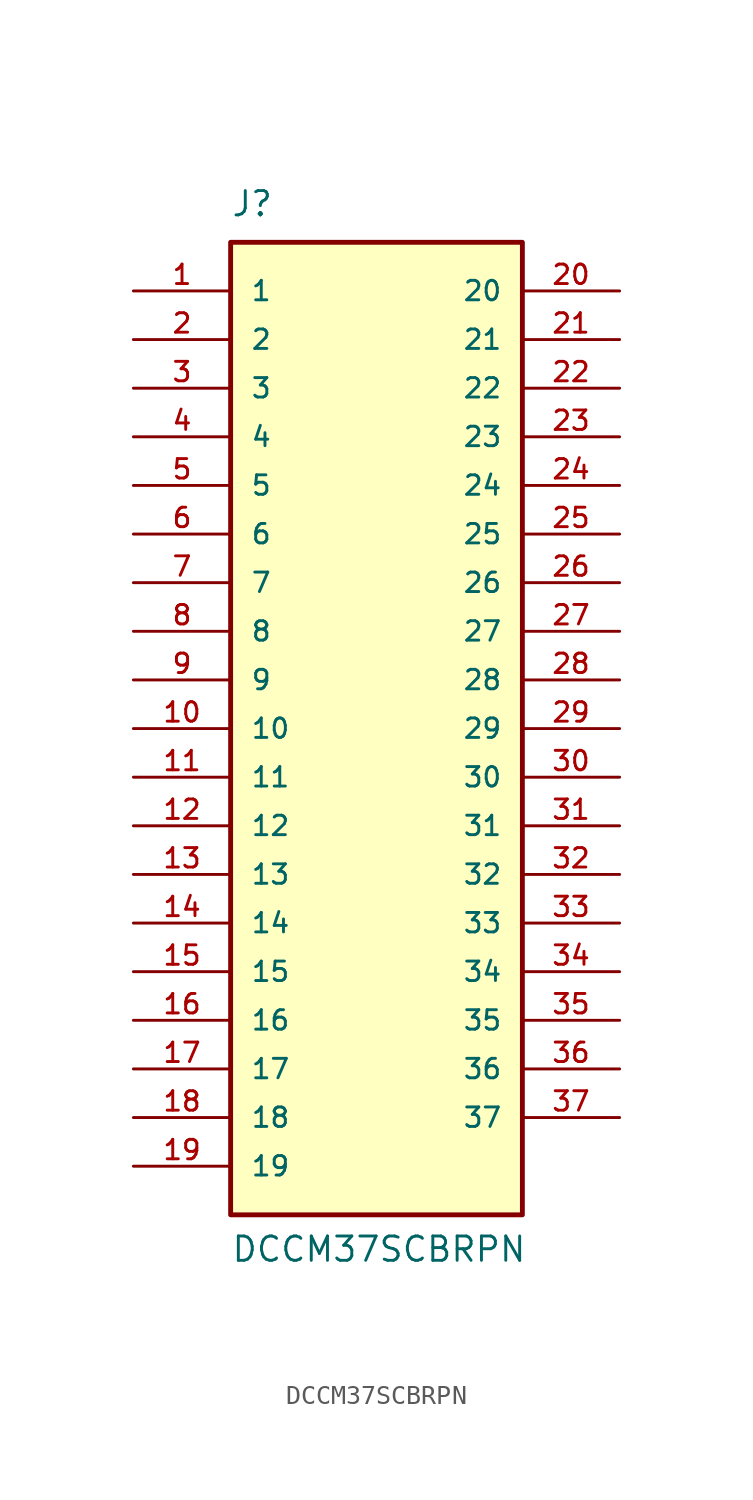
<source format=kicad_sym>
(kicad_symbol_lib
  (version 20220914)
  (generator kicad_symbol_editor)
  (symbol "DCCM37SCBRPN"
    (pin_names
      (offset 1.016))
    (property "Reference" "J"
      (at -7.62 26.67 0)
      (effects (font (size 1.27 1.27)) (justify left bottom)))
    (property "Value" "DCCM37SCBRPN"
      (at -7.62 -27.94 0)
      (effects (font (size 1.27 1.27)) (justify left bottom)))
    (symbol "DCCM37SCBRPN_0_0"
      (rectangle (start -7.62 -25.4) (end 7.62 25.4) (stroke (width 0.254) (type default)) (fill (type background)))
      (pin passive line (at -12.7 22.86 0) (length 5.08) (name "1" (effects (font (size 1.016 1.016)))) (number "1" (effects (font (size 1.016 1.016)))))
      (pin passive line (at -12.7 0 0) (length 5.08) (name "10" (effects (font (size 1.016 1.016)))) (number "10" (effects (font (size 1.016 1.016)))))
      (pin passive line (at -12.7 -2.54 0) (length 5.08) (name "11" (effects (font (size 1.016 1.016)))) (number "11" (effects (font (size 1.016 1.016)))))
      (pin passive line (at -12.7 -5.08 0) (length 5.08) (name "12" (effects (font (size 1.016 1.016)))) (number "12" (effects (font (size 1.016 1.016)))))
      (pin passive line (at -12.7 -7.62 0) (length 5.08) (name "13" (effects (font (size 1.016 1.016)))) (number "13" (effects (font (size 1.016 1.016)))))
      (pin passive line (at -12.7 -10.16 0) (length 5.08) (name "14" (effects (font (size 1.016 1.016)))) (number "14" (effects (font (size 1.016 1.016)))))
      (pin passive line (at -12.7 -12.7 0) (length 5.08) (name "15" (effects (font (size 1.016 1.016)))) (number "15" (effects (font (size 1.016 1.016)))))
      (pin passive line (at -12.7 -15.24 0) (length 5.08) (name "16" (effects (font (size 1.016 1.016)))) (number "16" (effects (font (size 1.016 1.016)))))
      (pin passive line (at -12.7 -17.78 0) (length 5.08) (name "17" (effects (font (size 1.016 1.016)))) (number "17" (effects (font (size 1.016 1.016)))))
      (pin passive line (at -12.7 -20.32 0) (length 5.08) (name "18" (effects (font (size 1.016 1.016)))) (number "18" (effects (font (size 1.016 1.016)))))
      (pin passive line (at -12.7 -22.86 0) (length 5.08) (name "19" (effects (font (size 1.016 1.016)))) (number "19" (effects (font (size 1.016 1.016)))))
      (pin passive line (at -12.7 20.32 0) (length 5.08) (name "2" (effects (font (size 1.016 1.016)))) (number "2" (effects (font (size 1.016 1.016)))))
      (pin passive line (at 12.7 22.86 180) (length 5.08) (name "20" (effects (font (size 1.016 1.016)))) (number "20" (effects (font (size 1.016 1.016)))))
      (pin passive line (at 12.7 20.32 180) (length 5.08) (name "21" (effects (font (size 1.016 1.016)))) (number "21" (effects (font (size 1.016 1.016)))))
      (pin passive line (at 12.7 17.78 180) (length 5.08) (name "22" (effects (font (size 1.016 1.016)))) (number "22" (effects (font (size 1.016 1.016)))))
      (pin passive line (at 12.7 15.24 180) (length 5.08) (name "23" (effects (font (size 1.016 1.016)))) (number "23" (effects (font (size 1.016 1.016)))))
      (pin passive line (at 12.7 12.7 180) (length 5.08) (name "24" (effects (font (size 1.016 1.016)))) (number "24" (effects (font (size 1.016 1.016)))))
      (pin passive line (at 12.7 10.16 180) (length 5.08) (name "25" (effects (font (size 1.016 1.016)))) (number "25" (effects (font (size 1.016 1.016)))))
      (pin passive line (at 12.7 7.62 180) (length 5.08) (name "26" (effects (font (size 1.016 1.016)))) (number "26" (effects (font (size 1.016 1.016)))))
      (pin passive line (at 12.7 5.08 180) (length 5.08) (name "27" (effects (font (size 1.016 1.016)))) (number "27" (effects (font (size 1.016 1.016)))))
      (pin passive line (at 12.7 2.54 180) (length 5.08) (name "28" (effects (font (size 1.016 1.016)))) (number "28" (effects (font (size 1.016 1.016)))))
      (pin passive line (at 12.7 0 180) (length 5.08) (name "29" (effects (font (size 1.016 1.016)))) (number "29" (effects (font (size 1.016 1.016)))))
      (pin passive line (at -12.7 17.78 0) (length 5.08) (name "3" (effects (font (size 1.016 1.016)))) (number "3" (effects (font (size 1.016 1.016)))))
      (pin passive line (at 12.7 -2.54 180) (length 5.08) (name "30" (effects (font (size 1.016 1.016)))) (number "30" (effects (font (size 1.016 1.016)))))
      (pin passive line (at 12.7 -5.08 180) (length 5.08) (name "31" (effects (font (size 1.016 1.016)))) (number "31" (effects (font (size 1.016 1.016)))))
      (pin passive line (at 12.7 -7.62 180) (length 5.08) (name "32" (effects (font (size 1.016 1.016)))) (number "32" (effects (font (size 1.016 1.016)))))
      (pin passive line (at 12.7 -10.16 180) (length 5.08) (name "33" (effects (font (size 1.016 1.016)))) (number "33" (effects (font (size 1.016 1.016)))))
      (pin passive line (at 12.7 -12.7 180) (length 5.08) (name "34" (effects (font (size 1.016 1.016)))) (number "34" (effects (font (size 1.016 1.016)))))
      (pin passive line (at 12.7 -15.24 180) (length 5.08) (name "35" (effects (font (size 1.016 1.016)))) (number "35" (effects (font (size 1.016 1.016)))))
      (pin passive line (at 12.7 -17.78 180) (length 5.08) (name "36" (effects (font (size 1.016 1.016)))) (number "36" (effects (font (size 1.016 1.016)))))
      (pin passive line (at 12.7 -20.32 180) (length 5.08) (name "37" (effects (font (size 1.016 1.016)))) (number "37" (effects (font (size 1.016 1.016)))))
      (pin passive line (at -12.7 15.24 0) (length 5.08) (name "4" (effects (font (size 1.016 1.016)))) (number "4" (effects (font (size 1.016 1.016)))))
      (pin passive line (at -12.7 12.7 0) (length 5.08) (name "5" (effects (font (size 1.016 1.016)))) (number "5" (effects (font (size 1.016 1.016)))))
      (pin passive line (at -12.7 10.16 0) (length 5.08) (name "6" (effects (font (size 1.016 1.016)))) (number "6" (effects (font (size 1.016 1.016)))))
      (pin passive line (at -12.7 7.62 0) (length 5.08) (name "7" (effects (font (size 1.016 1.016)))) (number "7" (effects (font (size 1.016 1.016)))))
      (pin passive line (at -12.7 5.08 0) (length 5.08) (name "8" (effects (font (size 1.016 1.016)))) (number "8" (effects (font (size 1.016 1.016)))))
      (pin passive line (at -12.7 2.54 0) (length 5.08) (name "9" (effects (font (size 1.016 1.016)))) (number "9" (effects (font (size 1.016 1.016))))))))
</source>
